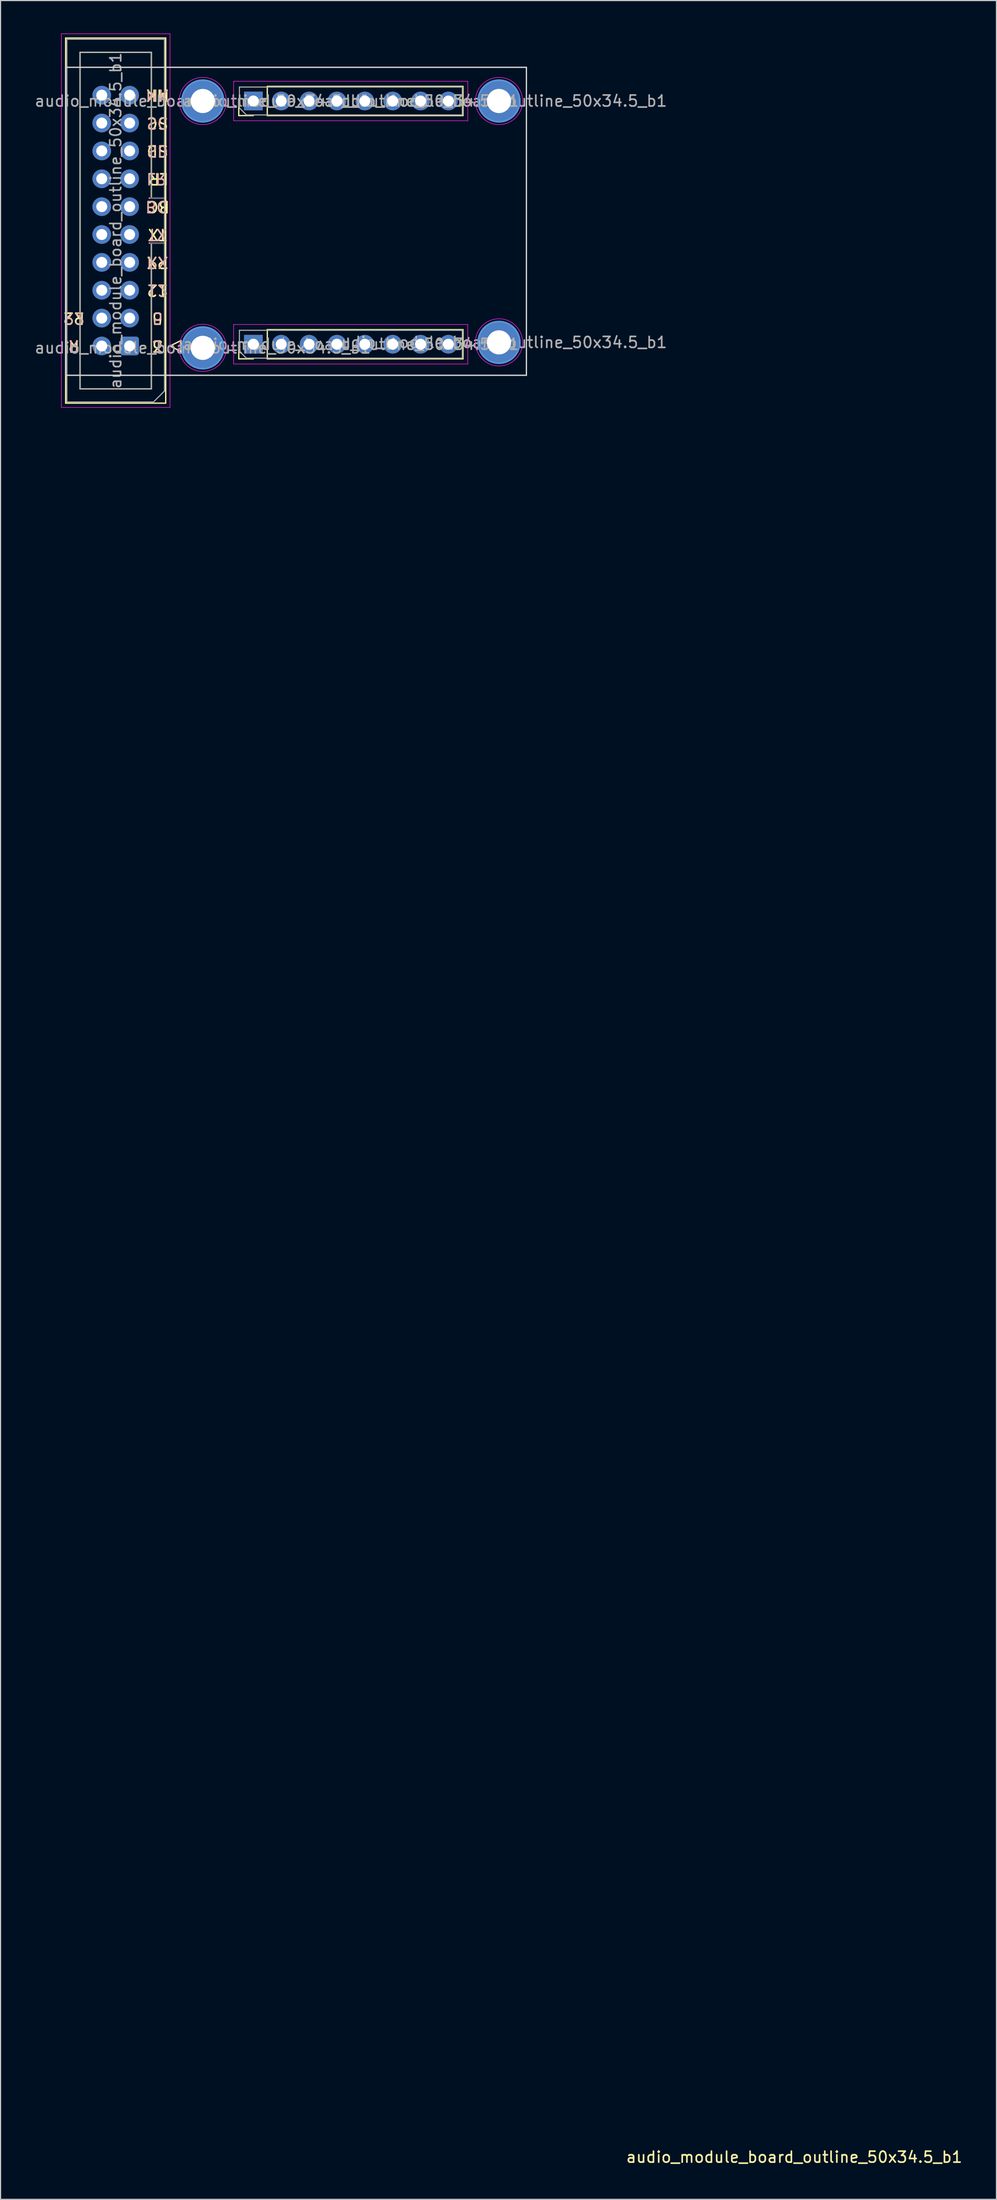
<source format=kicad_pcb>
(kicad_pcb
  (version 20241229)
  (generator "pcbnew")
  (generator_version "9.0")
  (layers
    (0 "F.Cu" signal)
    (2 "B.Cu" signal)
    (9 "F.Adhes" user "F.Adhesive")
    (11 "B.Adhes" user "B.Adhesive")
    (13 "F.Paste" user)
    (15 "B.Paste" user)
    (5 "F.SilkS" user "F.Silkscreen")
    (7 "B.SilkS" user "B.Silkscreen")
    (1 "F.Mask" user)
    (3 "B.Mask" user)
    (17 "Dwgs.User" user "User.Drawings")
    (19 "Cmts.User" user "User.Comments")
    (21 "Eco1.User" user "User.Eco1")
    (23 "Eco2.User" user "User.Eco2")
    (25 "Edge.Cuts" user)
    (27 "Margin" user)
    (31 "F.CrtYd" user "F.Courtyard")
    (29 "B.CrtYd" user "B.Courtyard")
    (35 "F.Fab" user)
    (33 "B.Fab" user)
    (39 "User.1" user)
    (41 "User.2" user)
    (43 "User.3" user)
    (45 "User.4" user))
  (footprint "audio_module_board_outline_50x34.5_b1"
    (layer "F.Cu")
    (at 2.935 31.155)
    (property "Reference" "audio_module_board_outline_50x34.5_b1" (at 66.414 162.401 180) (layer "F.SilkS") (effects (font (size 1 1) (thickness 0.15))))
    (attr through_hole exclude_from_bom)
    (fp_line (start 0 -30.74) (end 9.12 -30.74) (stroke (width 0.12) (type solid)) (layer "F.SilkS"))
    (fp_line (start 0 2.54) (end 0 -30.74) (stroke (width 0.12) (type solid)) (layer "F.SilkS"))
    (fp_line (start 1.31 -29.44) (end 7.81 -29.44) (stroke (width 0.12) (type solid)) (layer "F.SilkS"))
    (fp_line (start 1.31 1.24) (end 1.31 -29.44) (stroke (width 0.12) (type solid)) (layer "F.SilkS"))
    (fp_line (start 7.81 -29.44) (end 7.81 -16.15) (stroke (width 0.12) (type solid)) (layer "F.SilkS"))
    (fp_line (start 7.81 -16.15) (end 7.81 -16.15) (stroke (width 0.12) (type solid)) (layer "F.SilkS"))
    (fp_line (start 7.81 -16.15) (end 9.12 -16.15) (stroke (width 0.12) (type solid)) (layer "F.SilkS"))
    (fp_line (start 7.81 -12.05) (end 7.81 1.24) (stroke (width 0.12) (type solid)) (layer "F.SilkS"))
    (fp_line (start 7.81 1.24) (end 1.31 1.24) (stroke (width 0.12) (type solid)) (layer "F.SilkS"))
    (fp_line (start 9.12 -30.74) (end 9.12 2.54) (stroke (width 0.12) (type solid)) (layer "F.SilkS"))
    (fp_line (start 9.12 -12.05) (end 7.81 -12.05) (stroke (width 0.12) (type solid)) (layer "F.SilkS"))
    (fp_line (start 9.12 2.54) (end 0 2.54) (stroke (width 0.12) (type solid)) (layer "F.SilkS"))
    (fp_line (start 9.51 -2.67) (end 10.51 -2.17) (stroke (width 0.12) (type solid)) (layer "F.SilkS"))
    (fp_line (start 10.51 -3.17) (end 9.51 -2.67) (stroke (width 0.12) (type solid)) (layer "F.SilkS"))
    (fp_line (start 10.51 -2.17) (end 10.51 -3.17) (stroke (width 0.12) (type solid)) (layer "F.SilkS"))
    (fp_line (start 15.78 -23.67) (end 15.78 -25) (stroke (width 0.12) (type solid)) (layer "F.SilkS"))
    (fp_line (start 15.78 -1.5) (end 15.78 -2.83) (stroke (width 0.12) (type solid)) (layer "F.SilkS"))
    (fp_line (start 17.11 -23.67) (end 15.78 -23.67) (stroke (width 0.12) (type solid)) (layer "F.SilkS"))
    (fp_line (start 17.11 -1.5) (end 15.78 -1.5) (stroke (width 0.12) (type solid)) (layer "F.SilkS"))
    (fp_line (start 18.38 -26.33) (end 36.22 -26.33) (stroke (width 0.12) (type solid)) (layer "F.SilkS"))
    (fp_line (start 18.38 -23.67) (end 18.38 -26.33) (stroke (width 0.12) (type solid)) (layer "F.SilkS"))
    (fp_line (start 18.38 -23.67) (end 36.22 -23.67) (stroke (width 0.12) (type solid)) (layer "F.SilkS"))
    (fp_line (start 18.38 -4.16) (end 36.22 -4.16) (stroke (width 0.12) (type solid)) (layer "F.SilkS"))
    (fp_line (start 18.38 -1.5) (end 18.38 -4.16) (stroke (width 0.12) (type solid)) (layer "F.SilkS"))
    (fp_line (start 18.38 -1.5) (end 36.22 -1.5) (stroke (width 0.12) (type solid)) (layer "F.SilkS"))
    (fp_line (start 36.22 -23.67) (end 36.22 -26.33) (stroke (width 0.12) (type solid)) (layer "F.SilkS"))
    (fp_line (start 36.22 -1.5) (end 36.22 -4.16) (stroke (width 0.12) (type solid)) (layer "F.SilkS"))
    (fp_line (start 7.62 -12.05) (end 8.93 -12.05) (stroke (width 0.12) (type solid)) (layer "B.SilkS"))
    (fp_line (start 8.93 -16.15) (end 7.62 -16.15) (stroke (width 0.12) (type solid)) (layer "B.SilkS"))
    (fp_circle (center 12.5 -25) (end 14.4 -25) (stroke (width 0.15) (type solid)) (fill no) (layer "Cmts.User"))
    (fp_circle (center 12.5 -2.5) (end 14.4 -2.5) (stroke (width 0.15) (type solid)) (fill no) (layer "Cmts.User"))
    (fp_circle (center 39.5 -25) (end 41.4 -25) (stroke (width 0.15) (type solid)) (fill no) (layer "Cmts.User"))
    (fp_circle (center 39.5 -3) (end 41.4 -3) (stroke (width 0.15) (type solid)) (fill no) (layer "Cmts.User"))
    (fp_line (start 0 -28.07) (end 42 -28.07) (stroke (width 0.12) (type solid)) (layer "Edge.Cuts"))
    (fp_line (start 0 0) (end 0 -28.07) (stroke (width 0.12) (type solid)) (layer "Edge.Cuts"))
    (fp_line (start 0 0) (end 42 0) (stroke (width 0.12) (type solid)) (layer "Edge.Cuts"))
    (fp_line (start 42 0) (end 42 -28.07) (stroke (width 0.12) (type solid)) (layer "Edge.Cuts"))
    (fp_line (start -0.39 -31.13) (end -0.39 2.93) (stroke (width 0.05) (type solid)) (layer "F.CrtYd"))
    (fp_line (start -0.39 2.93) (end 9.51 2.93) (stroke (width 0.05) (type solid)) (layer "F.CrtYd"))
    (fp_line (start 9.51 -31.13) (end -0.39 -31.13) (stroke (width 0.05) (type solid)) (layer "F.CrtYd"))
    (fp_line (start 9.51 2.93) (end 9.51 -31.13) (stroke (width 0.05) (type solid)) (layer "F.CrtYd"))
    (fp_line (start 15.31 -26.8) (end 15.31 -23.2) (stroke (width 0.05) (type solid)) (layer "F.CrtYd"))
    (fp_line (start 15.31 -23.2) (end 36.66 -23.2) (stroke (width 0.05) (type solid)) (layer "F.CrtYd"))
    (fp_line (start 15.31 -4.63) (end 15.31 -1.03) (stroke (width 0.05) (type solid)) (layer "F.CrtYd"))
    (fp_line (start 15.31 -1.03) (end 36.66 -1.03) (stroke (width 0.05) (type solid)) (layer "F.CrtYd"))
    (fp_line (start 36.66 -26.8) (end 15.31 -26.8) (stroke (width 0.05) (type solid)) (layer "F.CrtYd"))
    (fp_line (start 36.66 -23.2) (end 36.66 -26.8) (stroke (width 0.05) (type solid)) (layer "F.CrtYd"))
    (fp_line (start 36.66 -4.63) (end 15.31 -4.63) (stroke (width 0.05) (type solid)) (layer "F.CrtYd"))
    (fp_line (start 36.66 -1.03) (end 36.66 -4.63) (stroke (width 0.05) (type solid)) (layer "F.CrtYd"))
    (fp_circle (center 12.5 -25) (end 14.65 -25) (stroke (width 0.05) (type solid)) (fill no) (layer "F.CrtYd"))
    (fp_circle (center 12.5 -2.5) (end 14.65 -2.5) (stroke (width 0.05) (type solid)) (fill no) (layer "F.CrtYd"))
    (fp_circle (center 39.5 -25) (end 41.65 -25) (stroke (width 0.05) (type solid)) (fill no) (layer "F.CrtYd"))
    (fp_circle (center 39.5 -3) (end 41.65 -3) (stroke (width 0.05) (type solid)) (fill no) (layer "F.CrtYd"))
    (fp_line (start 7.73 -12.05) (end 8.93 -12.05) (stroke (width 0.1) (type solid)) (layer "B.Fab"))
    (fp_line (start 8.93 -16.15) (end 7.73 -16.15) (stroke (width 0.1) (type solid)) (layer "B.Fab"))
    (fp_line (start 0.11 -30.63) (end 9.01 -30.63) (stroke (width 0.1) (type solid)) (layer "F.Fab"))
    (fp_line (start 0.11 2.43) (end 0.11 -30.63) (stroke (width 0.1) (type solid)) (layer "F.Fab"))
    (fp_line (start 1.31 -29.44) (end 7.81 -29.44) (stroke (width 0.1) (type solid)) (layer "F.Fab"))
    (fp_line (start 1.31 1.24) (end 1.31 -29.44) (stroke (width 0.1) (type solid)) (layer "F.Fab"))
    (fp_line (start 7.81 -29.44) (end 7.81 -16.15) (stroke (width 0.1) (type solid)) (layer "F.Fab"))
    (fp_line (start 7.81 -16.15) (end 7.81 -16.15) (stroke (width 0.1) (type solid)) (layer "F.Fab"))
    (fp_line (start 7.81 -16.15) (end 9.01 -16.15) (stroke (width 0.1) (type solid)) (layer "F.Fab"))
    (fp_line (start 7.81 -12.05) (end 7.81 1.24) (stroke (width 0.1) (type solid)) (layer "F.Fab"))
    (fp_line (start 7.81 1.24) (end 1.31 1.24) (stroke (width 0.1) (type solid)) (layer "F.Fab"))
    (fp_line (start 8.01 2.43) (end 0.11 2.43) (stroke (width 0.1) (type solid)) (layer "F.Fab"))
    (fp_line (start 9.01 -30.63) (end 9.01 1.43) (stroke (width 0.1) (type solid)) (layer "F.Fab"))
    (fp_line (start 9.01 -12.05) (end 7.81 -12.05) (stroke (width 0.1) (type solid)) (layer "F.Fab"))
    (fp_line (start 9.01 1.43) (end 8.01 2.43) (stroke (width 0.1) (type solid)) (layer "F.Fab"))
    (fp_line (start 15.84 -26.27) (end 36.16 -26.27) (stroke (width 0.1) (type solid)) (layer "F.Fab"))
    (fp_line (start 15.84 -24.365) (end 15.84 -26.27) (stroke (width 0.1) (type solid)) (layer "F.Fab"))
    (fp_line (start 15.84 -4.1) (end 36.16 -4.1) (stroke (width 0.1) (type solid)) (layer "F.Fab"))
    (fp_line (start 15.84 -2.195) (end 15.84 -4.1) (stroke (width 0.1) (type solid)) (layer "F.Fab"))
    (fp_line (start 16.475 -23.73) (end 15.84 -24.365) (stroke (width 0.1) (type solid)) (layer "F.Fab"))
    (fp_line (start 16.475 -1.56) (end 15.84 -2.195) (stroke (width 0.1) (type solid)) (layer "F.Fab"))
    (fp_line (start 36.16 -26.27) (end 36.16 -23.73) (stroke (width 0.1) (type solid)) (layer "F.Fab"))
    (fp_line (start 36.16 -23.73) (end 16.475 -23.73) (stroke (width 0.1) (type solid)) (layer "F.Fab"))
    (fp_line (start 36.16 -4.1) (end 36.16 -1.56) (stroke (width 0.1) (type solid)) (layer "F.Fab"))
    (fp_line (start 36.16 -1.56) (end 16.475 -1.56) (stroke (width 0.1) (type solid)) (layer "F.Fab"))
    (fp_text user "SC" (at 8.37 -22.99 180) (unlocked yes) (layer "F.SilkS") (effects (font (size 1 1) (thickness 0.15))))
    (fp_text user "LR" (at 8.465 -17.91 180) (unlocked yes) (layer "F.SilkS") (effects (font (size 1 1) (thickness 0.15))))
    (fp_text user "5" (at 8.37 -5.21 180) (unlocked yes) (layer "F.SilkS") (effects (font (size 1 1) (thickness 0.15))))
    (fp_text user "BC" (at 8.465 -15.37 180) (unlocked yes) (layer "F.SilkS") (effects (font (size 1 1) (thickness 0.15))))
    (fp_text user "3" (at 8.37 -2.67 180) (unlocked yes) (layer "F.SilkS") (effects (font (size 1 1) (thickness 0.15))))
    (fp_text user "R2" (at 0.75 -5.21 180) (unlocked yes) (layer "F.SilkS") (effects (font (size 1 1) (thickness 0.15))))
    (fp_text user "TX" (at 8.37 -12.83 180) (unlocked yes) (layer "F.SilkS") (effects (font (size 1 1) (thickness 0.15))))
    (fp_text user "MK" (at 8.37 -25.53 180) (unlocked yes) (layer "F.SilkS") (effects (font (size 1 1) (thickness 0.15))))
    (fp_text user "RX" (at 8.37 -10.29 180) (unlocked yes) (layer "F.SilkS") (effects (font (size 1 1) (thickness 0.15))))
    (fp_text user "12" (at 8.37 -7.75 180) (unlocked yes) (layer "F.SilkS") (effects (font (size 1 1) (thickness 0.15))))
    (fp_text user "SD" (at 8.37 -20.45 180) (unlocked yes) (layer "F.SilkS") (effects (font (size 1 1) (thickness 0.15))))
    (fp_text user "R" (at 0.75 -2.67 180) (unlocked yes) (layer "F.SilkS") (effects (font (size 1 1) (thickness 0.15))))
    (fp_text user "R" (at 0.75 -2.67 180) (unlocked yes) (layer "B.SilkS") (effects (font (size 1 1) (thickness 0.15)) (justify mirror)))
    (fp_text user "R2" (at 0.75 -5.21 180) (unlocked yes) (layer "B.SilkS") (effects (font (size 1 1) (thickness 0.15)) (justify mirror)))
    (fp_text user "RX" (at 8.37 -10.29 180) (unlocked yes) (layer "B.SilkS") (effects (font (size 1 1) (thickness 0.15)) (justify mirror)))
    (fp_text user "SD" (at 8.37 -20.45 180) (unlocked yes) (layer "B.SilkS") (effects (font (size 1 1) (thickness 0.15)) (justify mirror)))
    (fp_text user "5" (at 8.37 -5.21 180) (unlocked yes) (layer "B.SilkS") (effects (font (size 1 1) (thickness 0.15)) (justify mirror)))
    (fp_text user "MK" (at 8.37 -25.53 180) (unlocked yes) (layer "B.SilkS") (effects (font (size 1 1) (thickness 0.15)) (justify mirror)))
    (fp_text user "LR" (at 8.275 -17.91 180) (unlocked yes) (layer "B.SilkS") (effects (font (size 1 1) (thickness 0.15)) (justify mirror)))
    (fp_text user "3" (at 8.37 -2.67 180) (unlocked yes) (layer "B.SilkS") (effects (font (size 1 1) (thickness 0.15)) (justify mirror)))
    (fp_text user "SC" (at 8.37 -22.99 180) (unlocked yes) (layer "B.SilkS") (effects (font (size 1 1) (thickness 0.15)) (justify mirror)))
    (fp_text user "BC" (at 8.275 -15.37 180) (unlocked yes) (layer "B.SilkS") (effects (font (size 1 1) (thickness 0.15)) (justify mirror)))
    (fp_text user "TX" (at 8.37 -12.83 180) (unlocked yes) (layer "B.SilkS") (effects (font (size 1 1) (thickness 0.15)) (justify mirror)))
    (fp_text user "12" (at 8.37 -7.75 180) (unlocked yes) (layer "B.SilkS") (effects (font (size 1 1) (thickness 0.15)) (justify mirror)))
    (fp_text user "${REFERENCE}" (at 12.5 -25 0) (layer "F.Fab") (effects (font (size 1 1) (thickness 0.15))))
    (fp_text user "${REFERENCE}" (at 26 -25 180) (layer "F.Fab") (effects (font (size 1 1) (thickness 0.15))))
    (fp_text user "${REFERENCE}" (at 26 -2.83 180) (layer "F.Fab") (effects (font (size 1 1) (thickness 0.15))))
    (fp_text user "${REFERENCE}" (at 4.56 -14.1 270) (layer "F.Fab") (effects (font (size 1 1) (thickness 0.15))))
    (fp_text user "${REFERENCE}" (at 39.5 -3 0) (layer "F.Fab") (effects (font (size 1 1) (thickness 0.15))))
    (fp_text user "${REFERENCE}" (at 12.5 -2.5 0) (layer "F.Fab") (effects (font (size 1 1) (thickness 0.15))))
    (fp_text user "${REFERENCE}" (at 39.5 -25 0) (layer "F.Fab") (effects (font (size 1 1) (thickness 0.15))))
    (pad "1" thru_hole roundrect (at 5.83 -2.67 180) (size 1.7 1.7) (drill 1) (layers "*.Cu" "*.Mask") (roundrect_rratio 0.147))
    (pad "1" thru_hole circle (at 12.5 -25) (size 3.8 3.8) (drill 2.2) (layers "*.Cu" "*.Mask"))
    (pad "1" thru_hole circle (at 12.5 -2.5) (size 3.8 3.8) (drill 2.2) (layers "*.Cu" "*.Mask"))
    (pad "1" thru_hole rect (at 17.11 -25 90) (size 1.7 1.7) (drill 1) (layers "*.Cu" "*.Mask"))
    (pad "1" thru_hole rect (at 17.11 -2.83 90) (size 1.7 1.7) (drill 1) (layers "*.Cu" "*.Mask"))
    (pad "1" thru_hole circle (at 39.5 -25) (size 3.8 3.8) (drill 2.2) (layers "*.Cu" "*.Mask"))
    (pad "1" thru_hole circle (at 39.5 -3) (size 3.8 3.8) (drill 2.2) (layers "*.Cu" "*.Mask"))
    (pad "2" thru_hole circle (at 3.29 -2.67 180) (size 1.7 1.7) (drill 1) (layers "*.Cu" "*.Mask"))
    (pad "2" thru_hole oval (at 19.65 -25 90) (size 1.7 1.7) (drill 1) (layers "*.Cu" "*.Mask"))
    (pad "2" thru_hole oval (at 19.65 -2.83 90) (size 1.7 1.7) (drill 1) (layers "*.Cu" "*.Mask"))
    (pad "3" thru_hole circle (at 5.83 -5.21 180) (size 1.7 1.7) (drill 1) (layers "*.Cu" "*.Mask"))
    (pad "3" thru_hole oval (at 22.19 -25 90) (size 1.7 1.7) (drill 1) (layers "*.Cu" "*.Mask"))
    (pad "3" thru_hole oval (at 22.19 -2.83 90) (size 1.7 1.7) (drill 1) (layers "*.Cu" "*.Mask"))
    (pad "4" thru_hole circle (at 3.29 -5.21 180) (size 1.7 1.7) (drill 1) (layers "*.Cu" "*.Mask"))
    (pad "4" thru_hole oval (at 24.73 -25 90) (size 1.7 1.7) (drill 1) (layers "*.Cu" "*.Mask"))
    (pad "4" thru_hole oval (at 24.73 -2.83 90) (size 1.7 1.7) (drill 1) (layers "*.Cu" "*.Mask"))
    (pad "5" thru_hole circle (at 5.83 -7.75 180) (size 1.7 1.7) (drill 1) (layers "*.Cu" "*.Mask"))
    (pad "5" thru_hole oval (at 27.27 -25 90) (size 1.7 1.7) (drill 1) (layers "*.Cu" "*.Mask"))
    (pad "5" thru_hole oval (at 27.27 -2.83 90) (size 1.7 1.7) (drill 1) (layers "*.Cu" "*.Mask"))
    (pad "6" thru_hole circle (at 3.29 -7.75 180) (size 1.7 1.7) (drill 1) (layers "*.Cu" "*.Mask"))
    (pad "6" thru_hole oval (at 29.81 -25 90) (size 1.7 1.7) (drill 1) (layers "*.Cu" "*.Mask"))
    (pad "6" thru_hole oval (at 29.81 -2.83 90) (size 1.7 1.7) (drill 1) (layers "*.Cu" "*.Mask"))
    (pad "7" thru_hole circle (at 5.83 -10.29 180) (size 1.7 1.7) (drill 1) (layers "*.Cu" "*.Mask"))
    (pad "7" thru_hole oval (at 32.35 -25 90) (size 1.7 1.7) (drill 1) (layers "*.Cu" "*.Mask"))
    (pad "7" thru_hole oval (at 32.35 -2.83 90) (size 1.7 1.7) (drill 1) (layers "*.Cu" "*.Mask"))
    (pad "8" thru_hole circle (at 3.29 -10.29 180) (size 1.7 1.7) (drill 1) (layers "*.Cu" "*.Mask"))
    (pad "8" thru_hole oval (at 34.89 -25 90) (size 1.7 1.7) (drill 1) (layers "*.Cu" "*.Mask"))
    (pad "8" thru_hole oval (at 34.89 -2.83 90) (size 1.7 1.7) (drill 1) (layers "*.Cu" "*.Mask"))
    (pad "9" thru_hole circle (at 5.83 -12.83 180) (size 1.7 1.7) (drill 1) (layers "*.Cu" "*.Mask"))
    (pad "10" thru_hole circle (at 3.29 -12.83 180) (size 1.7 1.7) (drill 1) (layers "*.Cu" "*.Mask"))
    (pad "11" thru_hole circle (at 5.83 -15.37 180) (size 1.7 1.7) (drill 1) (layers "*.Cu" "*.Mask"))
    (pad "12" thru_hole circle (at 3.29 -15.37 180) (size 1.7 1.7) (drill 1) (layers "*.Cu" "*.Mask"))
    (pad "13" thru_hole circle (at 5.83 -17.91 180) (size 1.7 1.7) (drill 1) (layers "*.Cu" "*.Mask"))
    (pad "14" thru_hole circle (at 3.29 -17.91 180) (size 1.7 1.7) (drill 1) (layers "*.Cu" "*.Mask"))
    (pad "15" thru_hole circle (at 5.83 -20.45 180) (size 1.7 1.7) (drill 1) (layers "*.Cu" "*.Mask"))
    (pad "16" thru_hole circle (at 3.29 -20.45 180) (size 1.7 1.7) (drill 1) (layers "*.Cu" "*.Mask"))
    (pad "17" thru_hole circle (at 5.83 -22.99 180) (size 1.7 1.7) (drill 1) (layers "*.Cu" "*.Mask"))
    (pad "18" thru_hole circle (at 3.29 -22.99 180) (size 1.7 1.7) (drill 1) (layers "*.Cu" "*.Mask"))
    (pad "19" thru_hole circle (at 5.83 -25.53 180) (size 1.7 1.7) (drill 1) (layers "*.Cu" "*.Mask"))
    (pad "20" thru_hole circle (at 3.29 -25.53 180) (size 1.7 1.7) (drill 1) (layers "*.Cu" "*.Mask")))
  (gr_rect
    (start -3 -3)
    (end 87.783 197.405)
    (stroke (width 0.1) (type default))
    (fill no)
    (layer "Edge.Cuts")))
</source>
